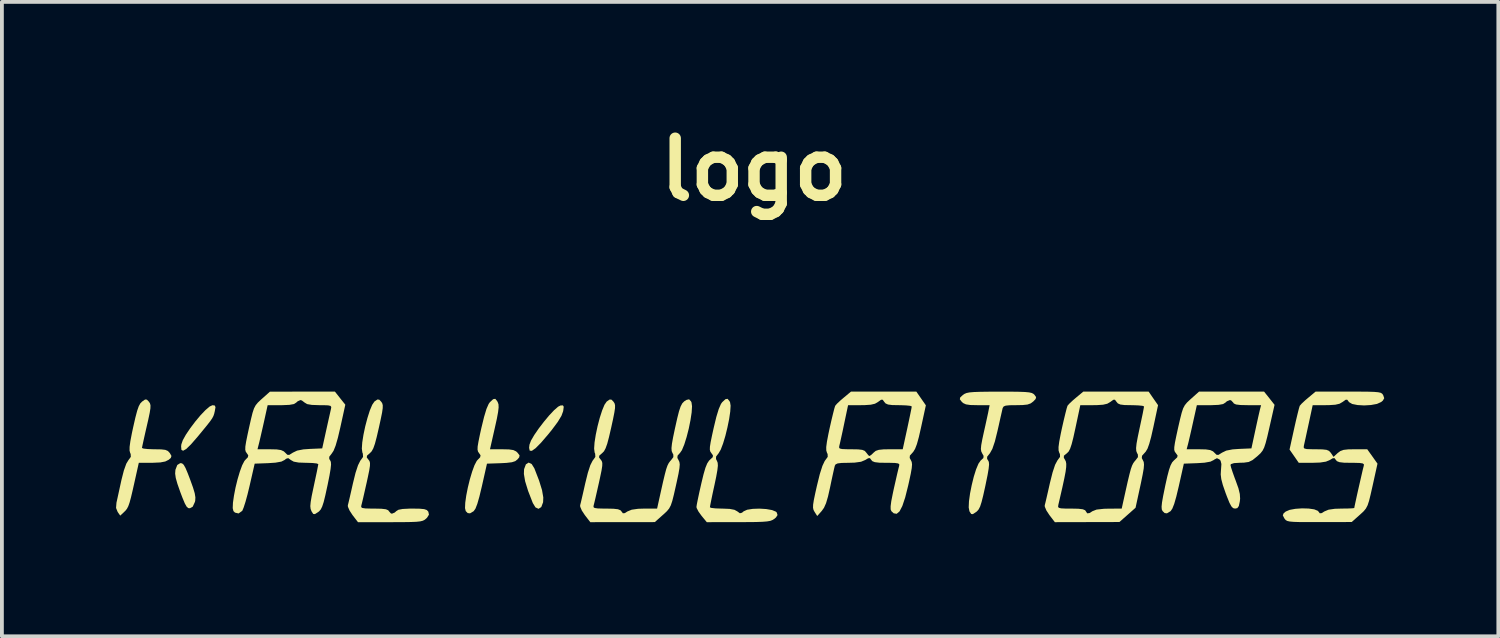
<source format=kicad_pcb>
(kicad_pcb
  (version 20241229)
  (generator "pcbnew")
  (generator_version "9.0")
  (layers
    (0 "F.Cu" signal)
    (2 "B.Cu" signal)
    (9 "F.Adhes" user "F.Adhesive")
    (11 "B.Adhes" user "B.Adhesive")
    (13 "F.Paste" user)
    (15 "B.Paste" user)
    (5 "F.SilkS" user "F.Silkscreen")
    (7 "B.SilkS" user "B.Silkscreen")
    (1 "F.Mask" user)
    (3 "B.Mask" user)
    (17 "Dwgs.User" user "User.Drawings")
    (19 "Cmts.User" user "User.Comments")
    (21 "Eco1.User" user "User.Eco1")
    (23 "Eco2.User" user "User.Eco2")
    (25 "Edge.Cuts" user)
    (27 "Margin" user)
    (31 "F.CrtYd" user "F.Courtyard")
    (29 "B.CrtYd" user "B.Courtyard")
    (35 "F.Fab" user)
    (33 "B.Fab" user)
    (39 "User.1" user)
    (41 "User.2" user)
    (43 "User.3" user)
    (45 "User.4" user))
  (footprint "logo"
    (layer "F.Cu")
    (at 16.766 1.404)
    (property "Reference" "logo" (at 0 0 0) (layer "F.SilkS") (effects (font (size 1.5 1.5) (thickness 0.3))))
    (attr board_only exclude_from_pos_files exclude_from_bom)
    (fp_poly (pts (xy -5.843 7.741) (xy -5.773 7.854) (xy -5.649 8.174) (xy -5.571 8.427) (xy -5.538 8.62) (xy -5.543 8.745) (xy -5.591 8.872) (xy -5.663 8.918) (xy -5.743 8.881) (xy -5.813 8.767) (xy -5.937 8.448) (xy -6.015 8.195) (xy -6.048 8.001) (xy -6.043 7.876) (xy -5.995 7.749) (xy -5.923 7.703)) (stroke (width 0) (type solid)) (fill yes) (layer "F.SilkS"))
    (fp_poly (pts (xy -5.001 6.236) (xy -5.013 6.332) (xy -5.017 6.355) (xy -5.061 6.474) (xy -5.157 6.633) (xy -5.311 6.84) (xy -5.408 6.96) (xy -5.596 7.179) (xy -5.739 7.324) (xy -5.838 7.394) (xy -5.895 7.39) (xy -5.911 7.314) (xy -5.901 7.23) (xy -5.86 7.123) (xy -5.774 6.976) (xy -5.657 6.806) (xy -5.522 6.63) (xy -5.384 6.464) (xy -5.254 6.326) (xy -5.147 6.233) (xy -5.085 6.202) (xy -5.022 6.2)) (stroke (width 0) (type solid)) (fill yes) (layer "F.SilkS"))
    (fp_poly (pts (xy -14.17 6.204) (xy -14.153 6.248) (xy -14.171 6.351) (xy -14.187 6.42) (xy -14.207 6.478) (xy -14.239 6.539) (xy -14.293 6.617) (xy -14.379 6.727) (xy -14.505 6.881) (xy -14.628 7.03) (xy -14.797 7.224) (xy -14.921 7.345) (xy -15.004 7.392) (xy -15.048 7.369) (xy -15.056 7.276) (xy -15.05 7.224) (xy -15.012 7.115) (xy -14.93 6.968) (xy -14.815 6.798) (xy -14.683 6.623) (xy -14.545 6.458) (xy -14.414 6.321) (xy -14.304 6.228) (xy -14.231 6.195)) (stroke (width 0) (type solid)) (fill yes) (layer "F.SilkS"))
    (fp_poly (pts (xy -15.032 7.723) (xy -14.989 7.76) (xy -14.941 7.844) (xy -14.88 7.989) (xy -14.82 8.146) (xy -14.744 8.357) (xy -14.699 8.507) (xy -14.681 8.616) (xy -14.686 8.704) (xy -14.694 8.738) (xy -14.751 8.862) (xy -14.824 8.903) (xy -14.87 8.899) (xy -14.912 8.86) (xy -14.96 8.774) (xy -15.021 8.627) (xy -15.077 8.48) (xy -15.153 8.263) (xy -15.197 8.107) (xy -15.213 7.992) (xy -15.206 7.898) (xy -15.204 7.887) (xy -15.157 7.766) (xy -15.08 7.718) (xy -15.078 7.718)) (stroke (width 0) (type solid)) (fill yes) (layer "F.SilkS"))
    (fp_poly (pts (xy -6.75 6.088) (xy -6.735 6.116) (xy -6.715 6.173) (xy -6.712 6.255) (xy -6.726 6.376) (xy -6.759 6.554) (xy -6.81 6.784) (xy -6.939 7.353) (xy -6.618 7.353) (xy -6.439 7.357) (xy -6.325 7.374) (xy -6.252 7.409) (xy -6.216 7.442) (xy -6.162 7.512) (xy -6.171 7.565) (xy -6.215 7.618) (xy -6.274 7.665) (xy -6.363 7.694) (xy -6.505 7.711) (xy -6.656 7.719) (xy -7.018 7.731) (xy -7.152 8.325) (xy -7.217 8.596) (xy -7.272 8.788) (xy -7.32 8.912) (xy -7.366 8.978) (xy -7.372 8.983) (xy -7.463 9.037) (xy -7.525 9.03) (xy -7.576 8.978) (xy -7.595 8.9) (xy -7.589 8.758) (xy -7.563 8.571) (xy -7.521 8.359) (xy -7.468 8.143) (xy -7.408 7.941) (xy -7.347 7.774) (xy -7.288 7.661) (xy -7.268 7.637) (xy -7.197 7.563) (xy -7.187 7.511) (xy -7.226 7.455) (xy -7.253 7.415) (xy -7.266 7.362) (xy -7.263 7.28) (xy -7.242 7.154) (xy -7.204 6.968) (xy -7.166 6.796) (xy -7.095 6.505) (xy -7.032 6.295) (xy -6.974 6.162) (xy -6.942 6.117) (xy -6.856 6.037) (xy -6.8 6.027)) (stroke (width 0) (type solid)) (fill yes) (layer "F.SilkS"))
    (fp_poly (pts (xy -15.955 6.049) (xy -15.903 6.103) (xy -15.875 6.145) (xy -15.861 6.197) (xy -15.863 6.276) (xy -15.882 6.397) (xy -15.92 6.577) (xy -15.957 6.738) (xy -16.005 6.948) (xy -16.045 7.127) (xy -16.073 7.256) (xy -16.085 7.317) (xy -16.085 7.319) (xy -16.045 7.335) (xy -15.937 7.347) (xy -15.784 7.353) (xy -15.755 7.353) (xy -15.58 7.356) (xy -15.47 7.369) (xy -15.404 7.398) (xy -15.357 7.448) (xy -15.353 7.452) (xy -15.31 7.529) (xy -15.328 7.582) (xy -15.384 7.63) (xy -15.472 7.674) (xy -15.602 7.699) (xy -15.798 7.708) (xy -15.827 7.708) (xy -16.168 7.709) (xy -16.265 8.144) (xy -16.326 8.416) (xy -16.373 8.615) (xy -16.411 8.755) (xy -16.445 8.851) (xy -16.479 8.916) (xy -16.518 8.966) (xy -16.549 8.996) (xy -16.656 9.097) (xy -16.723 9.002) (xy -16.766 8.896) (xy -16.755 8.755) (xy -16.752 8.743) (xy -16.726 8.625) (xy -16.688 8.451) (xy -16.644 8.249) (xy -16.624 8.158) (xy -16.561 7.911) (xy -16.497 7.732) (xy -16.44 7.638) (xy -16.378 7.553) (xy -16.382 7.477) (xy -16.395 7.449) (xy -16.411 7.388) (xy -16.41 7.29) (xy -16.39 7.141) (xy -16.349 6.927) (xy -16.315 6.769) (xy -16.258 6.519) (xy -16.211 6.341) (xy -16.169 6.221) (xy -16.126 6.144) (xy -16.081 6.099) (xy -16.003 6.045)) (stroke (width 0) (type solid)) (fill yes) (layer "F.SilkS"))
    (fp_poly (pts (xy -0.645 6.088) (xy -0.63 6.116) (xy -0.615 6.208) (xy -0.625 6.363) (xy -0.654 6.561) (xy -0.699 6.78) (xy -0.753 7.001) (xy -0.813 7.201) (xy -0.874 7.361) (xy -0.931 7.459) (xy -0.933 7.461) (xy -0.997 7.544) (xy -0.999 7.61) (xy -0.976 7.655) (xy -0.955 7.708) (xy -0.95 7.785) (xy -0.963 7.902) (xy -0.994 8.077) (xy -1.04 8.295) (xy -1.086 8.506) (xy -1.123 8.685) (xy -1.149 8.815) (xy -1.159 8.877) (xy -1.159 8.879) (xy -1.118 8.895) (xy -1.01 8.907) (xy -0.858 8.912) (xy -0.839 8.912) (xy -0.642 8.92) (xy -0.514 8.944) (xy -0.438 8.986) (xy -0.371 9.035) (xy -0.315 9.02) (xy -0.273 8.984) (xy -0.18 8.942) (xy -0.032 8.919) (xy 0.143 8.913) (xy 0.321 8.924) (xy 0.474 8.951) (xy 0.576 8.993) (xy 0.597 9.014) (xy 0.618 9.082) (xy 0.577 9.145) (xy 0.535 9.181) (xy 0.488 9.211) (xy 0.429 9.234) (xy 0.345 9.249) (xy 0.222 9.259) (xy 0.047 9.265) (xy -0.195 9.267) (xy -0.409 9.268) (xy -1.241 9.269) (xy -1.378 9.103) (xy -1.459 8.991) (xy -1.507 8.898) (xy -1.513 8.869) (xy -1.503 8.801) (xy -1.476 8.666) (xy -1.437 8.482) (xy -1.389 8.27) (xy -1.386 8.256) (xy -1.327 8.012) (xy -1.277 7.84) (xy -1.23 7.725) (xy -1.182 7.652) (xy -1.155 7.626) (xy -1.084 7.56) (xy -1.08 7.511) (xy -1.119 7.457) (xy -1.147 7.417) (xy -1.161 7.366) (xy -1.159 7.288) (xy -1.14 7.167) (xy -1.103 6.987) (xy -1.061 6.796) (xy -0.991 6.505) (xy -0.927 6.295) (xy -0.869 6.162) (xy -0.837 6.117) (xy -0.751 6.037) (xy -0.695 6.027)) (stroke (width 0) (type solid)) (fill yes) (layer "F.SilkS"))
    (fp_poly (pts (xy 6.742 5.839) (xy 6.964 5.842) (xy 7.123 5.848) (xy 7.23 5.858) (xy 7.3 5.874) (xy 7.344 5.897) (xy 7.368 5.919) (xy 7.413 5.981) (xy 7.401 6.032) (xy 7.339 6.097) (xy 7.27 6.148) (xy 7.185 6.178) (xy 7.058 6.191) (xy 6.894 6.194) (xy 6.72 6.196) (xy 6.616 6.206) (xy 6.561 6.228) (xy 6.535 6.269) (xy 6.529 6.294) (xy 6.51 6.378) (xy 6.476 6.526) (xy 6.434 6.715) (xy 6.397 6.878) (xy 6.329 7.151) (xy 6.264 7.342) (xy 6.2 7.457) (xy 6.191 7.468) (xy 6.127 7.549) (xy 6.126 7.607) (xy 6.15 7.643) (xy 6.171 7.685) (xy 6.177 7.754) (xy 6.166 7.864) (xy 6.138 8.029) (xy 6.09 8.263) (xy 6.079 8.317) (xy 6.024 8.565) (xy 5.98 8.74) (xy 5.942 8.858) (xy 5.902 8.935) (xy 5.857 8.986) (xy 5.833 9.004) (xy 5.751 9.058) (xy 5.707 9.054) (xy 5.665 8.989) (xy 5.661 8.982) (xy 5.642 8.882) (xy 5.649 8.72) (xy 5.677 8.517) (xy 5.721 8.296) (xy 5.775 8.076) (xy 5.836 7.881) (xy 5.899 7.731) (xy 5.957 7.648) (xy 6.028 7.583) (xy 6.033 7.526) (xy 6 7.468) (xy 5.973 7.413) (xy 5.962 7.346) (xy 5.971 7.246) (xy 5.999 7.094) (xy 6.035 6.927) (xy 6.081 6.722) (xy 6.122 6.534) (xy 6.153 6.391) (xy 6.163 6.339) (xy 6.192 6.194) (xy 5.866 6.194) (xy 5.685 6.19) (xy 5.57 6.173) (xy 5.496 6.139) (xy 5.46 6.106) (xy 5.409 6.04) (xy 5.418 5.992) (xy 5.486 5.929) (xy 5.53 5.898) (xy 5.584 5.875) (xy 5.662 5.859) (xy 5.777 5.849) (xy 5.943 5.843) (xy 6.173 5.84) (xy 6.443 5.839)) (stroke (width 0) (type solid)) (fill yes) (layer "F.SilkS"))
    (fp_poly (pts (xy -9.849 6.05) (xy -9.798 6.103) (xy -9.771 6.144) (xy -9.757 6.195) (xy -9.758 6.272) (xy -9.775 6.391) (xy -9.811 6.567) (xy -9.858 6.782) (xy -9.916 7.032) (xy -9.963 7.209) (xy -10.005 7.328) (xy -10.048 7.406) (xy -10.096 7.456) (xy -10.099 7.458) (xy -10.171 7.521) (xy -10.177 7.569) (xy -10.136 7.622) (xy -10.106 7.662) (xy -10.092 7.713) (xy -10.094 7.791) (xy -10.113 7.913) (xy -10.151 8.096) (xy -10.18 8.229) (xy -10.228 8.441) (xy -10.27 8.626) (xy -10.303 8.764) (xy -10.321 8.834) (xy -10.324 8.873) (xy -10.293 8.896) (xy -10.212 8.908) (xy -10.065 8.912) (xy -9.983 8.912) (xy -9.793 8.916) (xy -9.674 8.93) (xy -9.613 8.956) (xy -9.597 8.979) (xy -9.544 9.038) (xy -9.515 9.046) (xy -9.441 9.015) (xy -9.402 8.979) (xy -9.345 8.943) (xy -9.235 8.922) (xy -9.057 8.913) (xy -8.975 8.912) (xy -8.787 8.915) (xy -8.669 8.926) (xy -8.601 8.949) (xy -8.563 8.988) (xy -8.559 8.995) (xy -8.543 9.072) (xy -8.592 9.15) (xy -8.616 9.174) (xy -8.656 9.207) (xy -8.704 9.231) (xy -8.772 9.248) (xy -8.875 9.259) (xy -9.025 9.265) (xy -9.236 9.268) (xy -9.522 9.269) (xy -9.563 9.269) (xy -10.408 9.269) (xy -10.552 9.082) (xy -10.629 8.964) (xy -10.672 8.865) (xy -10.675 8.826) (xy -10.657 8.756) (xy -10.625 8.62) (xy -10.583 8.437) (xy -10.54 8.246) (xy -10.472 7.971) (xy -10.406 7.771) (xy -10.347 7.653) (xy -10.336 7.64) (xy -10.275 7.554) (xy -10.28 7.47) (xy -10.293 7.437) (xy -10.307 7.336) (xy -10.296 7.174) (xy -10.264 6.971) (xy -10.217 6.749) (xy -10.159 6.53) (xy -10.097 6.334) (xy -10.034 6.184) (xy -9.977 6.1) (xy -9.975 6.098) (xy -9.898 6.045)) (stroke (width 0) (type solid)) (fill yes) (layer "F.SilkS"))
    (fp_poly (pts (xy -1.657 6.093) (xy -1.643 6.121) (xy -1.629 6.222) (xy -1.639 6.385) (xy -1.67 6.589) (xy -1.715 6.811) (xy -1.771 7.03) (xy -1.832 7.225) (xy -1.893 7.373) (xy -1.942 7.445) (xy -2.009 7.52) (xy -2.014 7.581) (xy -1.984 7.637) (xy -1.961 7.686) (xy -1.952 7.751) (xy -1.96 7.85) (xy -1.985 7.996) (xy -2.03 8.207) (xy -2.053 8.311) (xy -2.106 8.545) (xy -2.148 8.711) (xy -2.187 8.827) (xy -2.231 8.91) (xy -2.288 8.979) (xy -2.366 9.053) (xy -2.395 9.078) (xy -2.607 9.267) (xy -3.455 9.268) (xy -4.303 9.269) (xy -4.447 9.082) (xy -4.525 8.964) (xy -4.567 8.865) (xy -4.57 8.826) (xy -4.552 8.756) (xy -4.52 8.62) (xy -4.478 8.437) (xy -4.435 8.246) (xy -4.367 7.971) (xy -4.302 7.771) (xy -4.242 7.653) (xy -4.231 7.64) (xy -4.17 7.554) (xy -4.175 7.47) (xy -4.189 7.437) (xy -4.202 7.336) (xy -4.191 7.174) (xy -4.159 6.971) (xy -4.112 6.749) (xy -4.055 6.53) (xy -3.992 6.334) (xy -3.93 6.184) (xy -3.872 6.1) (xy -3.87 6.098) (xy -3.793 6.045) (xy -3.744 6.05) (xy -3.693 6.103) (xy -3.666 6.144) (xy -3.652 6.195) (xy -3.653 6.272) (xy -3.671 6.391) (xy -3.706 6.567) (xy -3.753 6.782) (xy -3.811 7.032) (xy -3.858 7.209) (xy -3.901 7.328) (xy -3.943 7.406) (xy -3.992 7.456) (xy -3.995 7.458) (xy -4.067 7.521) (xy -4.072 7.569) (xy -4.031 7.622) (xy -4.002 7.662) (xy -3.987 7.713) (xy -3.989 7.791) (xy -4.008 7.913) (xy -4.046 8.096) (xy -4.075 8.229) (xy -4.123 8.441) (xy -4.165 8.626) (xy -4.198 8.764) (xy -4.216 8.834) (xy -4.219 8.873) (xy -4.188 8.896) (xy -4.106 8.908) (xy -3.958 8.912) (xy -3.882 8.912) (xy -3.694 8.916) (xy -3.577 8.929) (xy -3.511 8.955) (xy -3.483 8.987) (xy -3.447 9.035) (xy -3.399 9.032) (xy -3.326 8.987) (xy -3.214 8.941) (xy -3.045 8.917) (xy -2.879 8.912) (xy -2.547 8.912) (xy -2.451 8.478) (xy -2.391 8.209) (xy -2.344 8.013) (xy -2.307 7.874) (xy -2.274 7.78) (xy -2.241 7.715) (xy -2.203 7.664) (xy -2.182 7.641) (xy -2.12 7.559) (xy -2.121 7.492) (xy -2.143 7.451) (xy -2.164 7.4) (xy -2.169 7.323) (xy -2.157 7.207) (xy -2.126 7.035) (xy -2.075 6.792) (xy -2.074 6.789) (xy -2.017 6.535) (xy -1.971 6.353) (xy -1.929 6.229) (xy -1.886 6.147) (xy -1.835 6.094) (xy -1.775 6.056) (xy -1.706 6.04)) (stroke (width 0) (type solid)) (fill yes) (layer "F.SilkS"))
    (fp_poly (pts (xy 15.919 5.838) (xy 16.14 5.84) (xy 16.297 5.845) (xy 16.401 5.854) (xy 16.467 5.868) (xy 16.505 5.89) (xy 16.528 5.919) (xy 16.536 5.934) (xy 16.562 6.011) (xy 16.526 6.074) (xy 16.482 6.111) (xy 16.372 6.161) (xy 16.214 6.19) (xy 16.036 6.201) (xy 15.862 6.191) (xy 15.721 6.163) (xy 15.637 6.114) (xy 15.633 6.108) (xy 15.591 6.052) (xy 15.549 6.052) (xy 15.472 6.107) (xy 15.471 6.108) (xy 15.389 6.156) (xy 15.278 6.182) (xy 15.113 6.193) (xy 15.022 6.194) (xy 14.682 6.194) (xy 14.579 6.673) (xy 14.534 6.879) (xy 14.495 7.06) (xy 14.465 7.195) (xy 14.452 7.252) (xy 14.445 7.303) (xy 14.464 7.333) (xy 14.527 7.348) (xy 14.651 7.352) (xy 14.762 7.353) (xy 14.937 7.356) (xy 15.046 7.368) (xy 15.112 7.396) (xy 15.158 7.446) (xy 15.163 7.453) (xy 15.23 7.553) (xy 15.338 7.453) (xy 15.409 7.4) (xy 15.494 7.369) (xy 15.621 7.355) (xy 15.781 7.353) (xy 16.116 7.353) (xy 16.251 7.542) (xy 16.385 7.731) (xy 16.257 8.311) (xy 16.204 8.545) (xy 16.163 8.711) (xy 16.125 8.826) (xy 16.081 8.91) (xy 16.025 8.979) (xy 15.947 9.052) (xy 15.918 9.078) (xy 15.708 9.265) (xy 14.855 9.267) (xy 14.56 9.267) (xy 14.341 9.266) (xy 14.185 9.261) (xy 14.081 9.252) (xy 14.015 9.237) (xy 13.975 9.215) (xy 13.948 9.184) (xy 13.937 9.168) (xy 13.897 9.09) (xy 13.918 9.036) (xy 13.973 8.99) (xy 14.076 8.946) (xy 14.227 8.918) (xy 14.403 8.906) (xy 14.576 8.911) (xy 14.723 8.932) (xy 14.816 8.97) (xy 14.832 8.987) (xy 14.868 9.035) (xy 14.915 9.032) (xy 14.989 8.987) (xy 15.099 8.941) (xy 15.265 8.917) (xy 15.439 8.912) (xy 15.599 8.91) (xy 15.718 8.905) (xy 15.773 8.898) (xy 15.775 8.896) (xy 15.784 8.846) (xy 15.809 8.73) (xy 15.844 8.568) (xy 15.886 8.381) (xy 15.93 8.189) (xy 15.97 8.014) (xy 16.002 7.876) (xy 16.023 7.794) (xy 16.025 7.787) (xy 16.028 7.748) (xy 15.996 7.725) (xy 15.915 7.713) (xy 15.767 7.709) (xy 15.691 7.709) (xy 15.503 7.706) (xy 15.386 7.692) (xy 15.32 7.666) (xy 15.292 7.634) (xy 15.255 7.586) (xy 15.208 7.59) (xy 15.135 7.634) (xy 15.031 7.678) (xy 14.876 7.702) (xy 14.668 7.709) (xy 14.316 7.709) (xy 14.195 7.534) (xy 14.074 7.36) (xy 14.195 6.81) (xy 14.243 6.597) (xy 14.287 6.414) (xy 14.321 6.28) (xy 14.342 6.212) (xy 14.343 6.21) (xy 14.391 6.155) (xy 14.485 6.067) (xy 14.565 5.999) (xy 14.758 5.838) (xy 15.621 5.838)) (stroke (width 0) (type solid)) (fill yes) (layer "F.SilkS"))
    (fp_poly (pts (xy 10.494 6.016) (xy 10.618 6.194) (xy 10.495 6.771) (xy 10.437 7.027) (xy 10.387 7.21) (xy 10.342 7.335) (xy 10.294 7.416) (xy 10.266 7.447) (xy 10.197 7.524) (xy 10.191 7.585) (xy 10.219 7.639) (xy 10.242 7.688) (xy 10.249 7.757) (xy 10.241 7.861) (xy 10.214 8.016) (xy 10.169 8.237) (xy 10.153 8.311) (xy 10.027 8.89) (xy 9.815 9.078) (xy 9.603 9.265) (xy 8.755 9.267) (xy 7.906 9.269) (xy 7.763 9.082) (xy 7.685 8.964) (xy 7.643 8.865) (xy 7.642 8.862) (xy 7.991 8.862) (xy 8.009 8.891) (xy 8.069 8.906) (xy 8.187 8.912) (xy 8.334 8.912) (xy 8.524 8.916) (xy 8.641 8.93) (xy 8.702 8.956) (xy 8.718 8.979) (xy 8.757 9.037) (xy 8.819 9.029) (xy 8.893 8.981) (xy 9.003 8.938) (xy 9.197 8.917) (xy 9.321 8.914) (xy 9.663 8.912) (xy 9.759 8.478) (xy 9.819 8.209) (xy 9.866 8.013) (xy 9.903 7.874) (xy 9.936 7.78) (xy 9.969 7.715) (xy 10.007 7.664) (xy 10.028 7.641) (xy 10.09 7.559) (xy 10.088 7.492) (xy 10.066 7.451) (xy 10.046 7.399) (xy 10.041 7.322) (xy 10.053 7.204) (xy 10.085 7.03) (xy 10.131 6.811) (xy 10.176 6.6) (xy 10.214 6.421) (xy 10.239 6.291) (xy 10.25 6.229) (xy 10.25 6.227) (xy 10.209 6.211) (xy 10.1 6.2) (xy 9.946 6.194) (xy 9.915 6.194) (xy 9.737 6.191) (xy 9.627 6.177) (xy 9.562 6.148) (xy 9.528 6.108) (xy 9.486 6.052) (xy 9.444 6.052) (xy 9.367 6.107) (xy 9.366 6.108) (xy 9.284 6.156) (xy 9.173 6.182) (xy 9.009 6.193) (xy 8.916 6.194) (xy 8.575 6.194) (xy 8.447 6.795) (xy 8.392 7.045) (xy 8.347 7.221) (xy 8.307 7.339) (xy 8.268 7.413) (xy 8.223 7.458) (xy 8.214 7.465) (xy 8.144 7.522) (xy 8.142 7.577) (xy 8.175 7.633) (xy 8.196 7.677) (xy 8.206 7.736) (xy 8.204 7.822) (xy 8.188 7.945) (xy 8.155 8.117) (xy 8.105 8.348) (xy 8.036 8.649) (xy 7.998 8.812) (xy 7.991 8.862) (xy 7.642 8.862) (xy 7.64 8.826) (xy 7.658 8.756) (xy 7.69 8.62) (xy 7.732 8.437) (xy 7.775 8.246) (xy 7.846 7.962) (xy 7.913 7.76) (xy 7.975 7.644) (xy 7.981 7.637) (xy 8.042 7.553) (xy 8.039 7.479) (xy 8.022 7.444) (xy 8.004 7.384) (xy 8.003 7.293) (xy 8.021 7.155) (xy 8.059 6.956) (xy 8.091 6.805) (xy 8.139 6.593) (xy 8.183 6.411) (xy 8.217 6.278) (xy 8.238 6.212) (xy 8.238 6.21) (xy 8.286 6.155) (xy 8.38 6.067) (xy 8.46 5.999) (xy 8.653 5.838) (xy 9.512 5.838) (xy 10.371 5.838)) (stroke (width 0) (type solid)) (fill yes) (layer "F.SilkS"))
    (fp_poly (pts (xy 13.543 6.011) (xy 13.68 6.185) (xy 13.545 6.78) (xy 13.49 7.019) (xy 13.446 7.189) (xy 13.407 7.307) (xy 13.365 7.39) (xy 13.312 7.457) (xy 13.24 7.524) (xy 13.222 7.54) (xy 13.102 7.637) (xy 13 7.687) (xy 12.873 7.705) (xy 12.778 7.707) (xy 12.615 7.717) (xy 12.534 7.743) (xy 12.522 7.766) (xy 12.537 7.831) (xy 12.578 7.956) (xy 12.636 8.118) (xy 12.659 8.178) (xy 12.731 8.379) (xy 12.767 8.528) (xy 12.775 8.652) (xy 12.767 8.723) (xy 12.741 8.845) (xy 12.701 8.9) (xy 12.642 8.912) (xy 12.591 8.9) (xy 12.545 8.853) (xy 12.494 8.758) (xy 12.43 8.599) (xy 12.394 8.504) (xy 12.321 8.293) (xy 12.28 8.138) (xy 12.265 8.014) (xy 12.272 7.894) (xy 12.273 7.887) (xy 12.283 7.741) (xy 12.262 7.654) (xy 12.232 7.62) (xy 12.166 7.588) (xy 12.096 7.624) (xy 12.085 7.634) (xy 11.996 7.678) (xy 11.838 7.706) (xy 11.652 7.718) (xy 11.296 7.731) (xy 11.163 8.325) (xy 11.098 8.596) (xy 11.043 8.788) (xy 10.994 8.912) (xy 10.949 8.978) (xy 10.942 8.983) (xy 10.852 9.037) (xy 10.79 9.029) (xy 10.737 8.977) (xy 10.716 8.934) (xy 10.711 8.863) (xy 10.722 8.751) (xy 10.752 8.581) (xy 10.801 8.341) (xy 10.805 8.319) (xy 10.86 8.072) (xy 10.906 7.896) (xy 10.947 7.777) (xy 10.989 7.697) (xy 11.039 7.642) (xy 11.047 7.636) (xy 11.121 7.566) (xy 11.132 7.518) (xy 11.088 7.457) (xy 11.059 7.418) (xy 11.044 7.37) (xy 11.044 7.353) (xy 11.37 7.353) (xy 11.694 7.353) (xy 11.874 7.357) (xy 11.989 7.374) (xy 12.063 7.408) (xy 12.097 7.441) (xy 12.156 7.498) (xy 12.205 7.501) (xy 12.284 7.452) (xy 12.298 7.443) (xy 12.411 7.388) (xy 12.577 7.356) (xy 12.745 7.344) (xy 13.072 7.33) (xy 13.168 6.885) (xy 13.212 6.682) (xy 13.252 6.5) (xy 13.283 6.365) (xy 13.294 6.317) (xy 13.326 6.194) (xy 12.973 6.194) (xy 12.784 6.19) (xy 12.668 6.176) (xy 12.609 6.149) (xy 12.595 6.127) (xy 12.538 6.068) (xy 12.506 6.06) (xy 12.427 6.092) (xy 12.388 6.127) (xy 12.327 6.165) (xy 12.209 6.186) (xy 12.021 6.194) (xy 11.985 6.194) (xy 11.638 6.194) (xy 11.541 6.629) (xy 11.496 6.832) (xy 11.453 7.019) (xy 11.42 7.16) (xy 11.408 7.208) (xy 11.37 7.353) (xy 11.044 7.353) (xy 11.045 7.296) (xy 11.062 7.18) (xy 11.097 7.008) (xy 11.143 6.796) (xy 11.197 6.561) (xy 11.239 6.395) (xy 11.277 6.279) (xy 11.321 6.196) (xy 11.378 6.126) (xy 11.456 6.052) (xy 11.484 6.027) (xy 11.695 5.838) (xy 12.55 5.838) (xy 13.405 5.838)) (stroke (width 0) (type solid)) (fill yes) (layer "F.SilkS"))
    (fp_poly (pts (xy -10.878 6.01) (xy -10.741 6.182) (xy -10.871 6.773) (xy -10.937 7.054) (xy -10.996 7.258) (xy -11.05 7.393) (xy -11.1 7.468) (xy -11.163 7.55) (xy -11.163 7.609) (xy -11.141 7.641) (xy -11.121 7.684) (xy -11.116 7.756) (xy -11.128 7.871) (xy -11.157 8.044) (xy -11.206 8.288) (xy -11.212 8.315) (xy -11.266 8.563) (xy -11.309 8.738) (xy -11.348 8.857) (xy -11.386 8.934) (xy -11.431 8.985) (xy -11.456 9.004) (xy -11.539 9.057) (xy -11.584 9.053) (xy -11.627 8.987) (xy -11.631 8.978) (xy -11.653 8.921) (xy -11.661 8.846) (xy -11.651 8.738) (xy -11.624 8.579) (xy -11.576 8.352) (xy -11.57 8.323) (xy -11.525 8.112) (xy -11.487 7.934) (xy -11.462 7.805) (xy -11.451 7.744) (xy -11.451 7.743) (xy -11.493 7.726) (xy -11.601 7.714) (xy -11.753 7.709) (xy -11.772 7.709) (xy -11.969 7.702) (xy -12.097 7.678) (xy -12.173 7.635) (xy -12.241 7.586) (xy -12.297 7.602) (xy -12.334 7.633) (xy -12.421 7.677) (xy -12.576 7.705) (xy -12.768 7.718) (xy -13.123 7.731) (xy -13.257 8.316) (xy -13.311 8.539) (xy -13.364 8.733) (xy -13.412 8.882) (xy -13.447 8.966) (xy -13.452 8.973) (xy -13.546 9.04) (xy -13.64 9.018) (xy -13.681 8.978) (xy -13.7 8.9) (xy -13.694 8.758) (xy -13.667 8.571) (xy -13.626 8.359) (xy -13.573 8.143) (xy -13.513 7.941) (xy -13.452 7.774) (xy -13.393 7.661) (xy -13.373 7.637) (xy -13.302 7.563) (xy -13.292 7.511) (xy -13.331 7.455) (xy -13.358 7.415) (xy -13.371 7.362) (xy -13.37 7.353) (xy -13.049 7.353) (xy -12.726 7.353) (xy -12.546 7.357) (xy -12.431 7.374) (xy -12.357 7.408) (xy -12.322 7.441) (xy -12.264 7.498) (xy -12.214 7.501) (xy -12.135 7.452) (xy -12.122 7.443) (xy -12.008 7.388) (xy -11.843 7.356) (xy -11.675 7.344) (xy -11.348 7.33) (xy -11.245 6.862) (xy -11.2 6.659) (xy -11.16 6.48) (xy -11.13 6.347) (xy -11.118 6.294) (xy -11.11 6.243) (xy -11.13 6.213) (xy -11.193 6.199) (xy -11.319 6.194) (xy -11.424 6.194) (xy -11.621 6.187) (xy -11.744 6.166) (xy -11.809 6.127) (xy -11.882 6.071) (xy -11.92 6.06) (xy -11.993 6.092) (xy -12.032 6.127) (xy -12.093 6.165) (xy -12.21 6.186) (xy -12.398 6.194) (xy -12.434 6.194) (xy -12.782 6.194) (xy -12.878 6.629) (xy -12.924 6.832) (xy -12.967 7.019) (xy -13 7.16) (xy -13.012 7.208) (xy -13.049 7.353) (xy -13.37 7.353) (xy -13.368 7.28) (xy -13.348 7.154) (xy -13.31 6.967) (xy -13.273 6.796) (xy -13.22 6.561) (xy -13.179 6.395) (xy -13.141 6.28) (xy -13.097 6.197) (xy -13.041 6.128) (xy -12.963 6.054) (xy -12.934 6.028) (xy -12.722 5.839) (xy -11.868 5.838) (xy -11.014 5.838)) (stroke (width 0) (type solid)) (fill yes) (layer "F.SilkS"))
    (fp_poly (pts (xy 4.391 6.018) (xy 4.516 6.198) (xy 4.391 6.773) (xy 4.332 7.032) (xy 4.281 7.217) (xy 4.233 7.342) (xy 4.184 7.422) (xy 4.163 7.445) (xy 4.096 7.52) (xy 4.091 7.581) (xy 4.121 7.637) (xy 4.144 7.686) (xy 4.153 7.751) (xy 4.145 7.849) (xy 4.119 7.996) (xy 4.074 8.207) (xy 4.051 8.308) (xy 3.973 8.619) (xy 3.898 8.844) (xy 3.824 8.986) (xy 3.749 9.049) (xy 3.671 9.036) (xy 3.611 8.981) (xy 3.591 8.934) (xy 3.59 8.852) (xy 3.607 8.719) (xy 3.646 8.522) (xy 3.674 8.391) (xy 3.722 8.179) (xy 3.764 7.994) (xy 3.797 7.857) (xy 3.815 7.787) (xy 3.818 7.748) (xy 3.787 7.725) (xy 3.705 7.713) (xy 3.557 7.709) (xy 3.481 7.709) (xy 3.293 7.706) (xy 3.176 7.692) (xy 3.11 7.666) (xy 3.082 7.634) (xy 3.046 7.586) (xy 2.998 7.59) (xy 2.925 7.634) (xy 2.813 7.681) (xy 2.645 7.704) (xy 2.478 7.709) (xy 2.303 7.712) (xy 2.197 7.725) (xy 2.143 7.751) (xy 2.123 7.787) (xy 2.105 7.861) (xy 2.074 8.001) (xy 2.034 8.185) (xy 1.999 8.354) (xy 1.944 8.597) (xy 1.893 8.77) (xy 1.839 8.891) (xy 1.779 8.975) (xy 1.661 9.107) (xy 1.591 8.998) (xy 1.564 8.948) (xy 1.551 8.891) (xy 1.553 8.809) (xy 1.572 8.687) (xy 1.609 8.509) (xy 1.653 8.313) (xy 1.728 8.008) (xy 1.797 7.791) (xy 1.858 7.661) (xy 1.876 7.637) (xy 1.937 7.553) (xy 1.934 7.478) (xy 1.917 7.444) (xy 1.899 7.384) (xy 1.898 7.303) (xy 2.235 7.303) (xy 2.253 7.333) (xy 2.314 7.347) (xy 2.436 7.352) (xy 2.557 7.353) (xy 2.735 7.356) (xy 2.846 7.369) (xy 2.911 7.396) (xy 2.951 7.442) (xy 3.005 7.511) (xy 3.034 7.531) (xy 3.081 7.501) (xy 3.142 7.442) (xy 3.199 7.395) (xy 3.28 7.368) (xy 3.408 7.355) (xy 3.565 7.353) (xy 3.908 7.353) (xy 4.027 6.807) (xy 4.072 6.596) (xy 4.109 6.418) (xy 4.135 6.29) (xy 4.145 6.229) (xy 4.145 6.227) (xy 4.104 6.211) (xy 3.995 6.2) (xy 3.841 6.194) (xy 3.81 6.194) (xy 3.632 6.191) (xy 3.522 6.177) (xy 3.457 6.148) (xy 3.423 6.108) (xy 3.382 6.052) (xy 3.339 6.052) (xy 3.262 6.107) (xy 3.261 6.108) (xy 3.179 6.156) (xy 3.068 6.182) (xy 2.903 6.193) (xy 2.812 6.194) (xy 2.472 6.194) (xy 2.371 6.673) (xy 2.328 6.879) (xy 2.288 7.061) (xy 2.258 7.196) (xy 2.244 7.252) (xy 2.235 7.303) (xy 1.898 7.303) (xy 1.898 7.293) (xy 1.916 7.155) (xy 1.954 6.956) (xy 1.986 6.805) (xy 2.034 6.593) (xy 2.078 6.411) (xy 2.112 6.278) (xy 2.133 6.212) (xy 2.134 6.21) (xy 2.181 6.155) (xy 2.275 6.067) (xy 2.355 5.999) (xy 2.548 5.838) (xy 3.407 5.838) (xy 4.266 5.838)) (stroke (width 0) (type solid)) (fill yes) (layer "F.SilkS")))
  (gr_rect
    (start -3 -3)
    (end 36.327 13.673)
    (stroke (width 0.1) (type default))
    (fill no)
    (layer "Edge.Cuts")))
</source>
